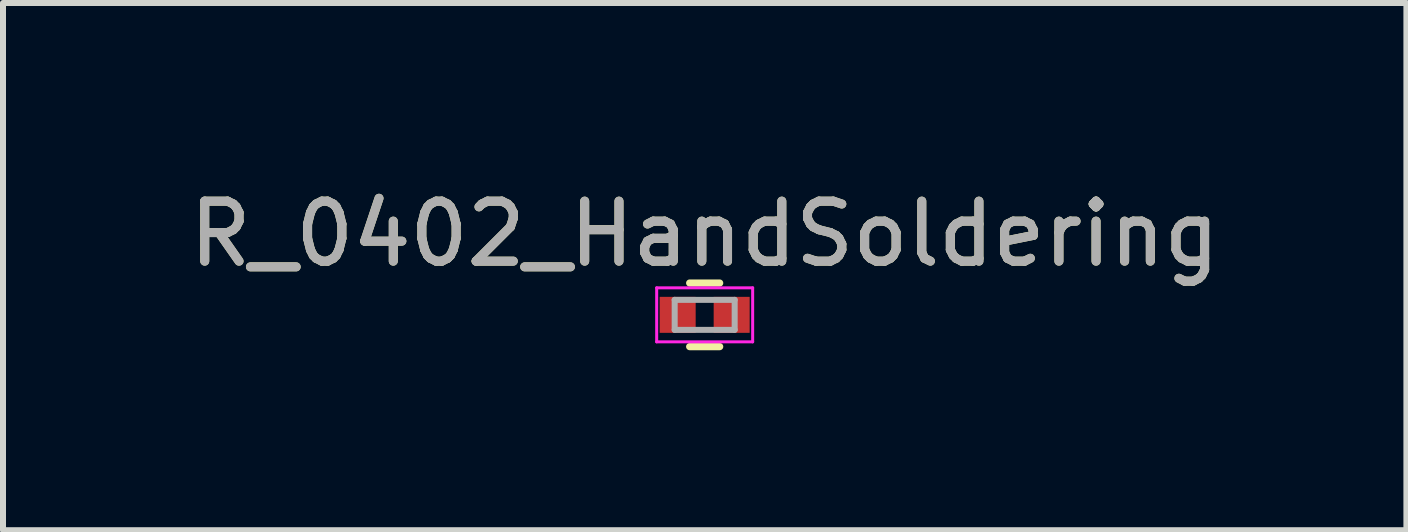
<source format=kicad_pcb>
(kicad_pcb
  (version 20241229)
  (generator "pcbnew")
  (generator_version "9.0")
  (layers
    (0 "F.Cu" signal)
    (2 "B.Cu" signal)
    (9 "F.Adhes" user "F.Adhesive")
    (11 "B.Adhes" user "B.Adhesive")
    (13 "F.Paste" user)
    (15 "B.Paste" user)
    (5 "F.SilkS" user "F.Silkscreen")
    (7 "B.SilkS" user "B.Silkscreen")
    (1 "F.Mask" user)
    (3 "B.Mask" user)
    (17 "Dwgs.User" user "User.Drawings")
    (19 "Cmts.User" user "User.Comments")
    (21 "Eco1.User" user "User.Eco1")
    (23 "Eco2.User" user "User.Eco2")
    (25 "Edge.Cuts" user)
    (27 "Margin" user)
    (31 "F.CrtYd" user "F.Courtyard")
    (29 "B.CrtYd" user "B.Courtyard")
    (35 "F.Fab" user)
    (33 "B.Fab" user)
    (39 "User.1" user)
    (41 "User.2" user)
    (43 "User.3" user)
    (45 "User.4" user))
  (footprint "R_0402_HandSoldering"
    (layer "F.Cu")
    (at 8.696 2.198)
    (property "Reference" "R_0402_HandSoldering" (at 0 -1.35 0) (layer "F.SilkS") (effects (font (size 1 1) (thickness 0.15))))
    (attr smd)
    (fp_line (start -0.25 0.53) (end 0.25 0.53) (stroke (width 0.12) (type solid)) (layer "F.SilkS"))
    (fp_line (start 0.25 -0.53) (end -0.25 -0.53) (stroke (width 0.12) (type solid)) (layer "F.SilkS"))
    (fp_line (start -0.8 -0.45) (end -0.8 0.45) (stroke (width 0.05) (type solid)) (layer "F.CrtYd"))
    (fp_line (start -0.8 -0.45) (end 0.8 -0.45) (stroke (width 0.05) (type solid)) (layer "F.CrtYd"))
    (fp_line (start 0.8 0.45) (end -0.8 0.45) (stroke (width 0.05) (type solid)) (layer "F.CrtYd"))
    (fp_line (start 0.8 0.45) (end 0.8 -0.45) (stroke (width 0.05) (type solid)) (layer "F.CrtYd"))
    (fp_line (start -0.5 -0.25) (end 0.5 -0.25) (stroke (width 0.1) (type solid)) (layer "F.Fab"))
    (fp_line (start -0.5 0.25) (end -0.5 -0.25) (stroke (width 0.1) (type solid)) (layer "F.Fab"))
    (fp_line (start 0.5 -0.25) (end 0.5 0.25) (stroke (width 0.1) (type solid)) (layer "F.Fab"))
    (fp_line (start 0.5 0.25) (end -0.5 0.25) (stroke (width 0.1) (type solid)) (layer "F.Fab"))
    (fp_text user "${REFERENCE}" (at 0 -1.35 0) (layer "F.Fab") (effects (font (size 1 1) (thickness 0.15))))
    (pad "1" smd rect (at -0.45 0) (size 0.6 0.6) (layers "F.Cu" "F.Mask" "F.Paste"))
    (pad "2" smd rect (at 0.45 0) (size 0.6 0.6) (layers "F.Cu" "F.Mask" "F.Paste")))
  (gr_rect
    (start -3 -3)
    (end 20.393 5.788)
    (stroke (width 0.1) (type default))
    (fill no)
    (layer "Edge.Cuts")))
</source>
